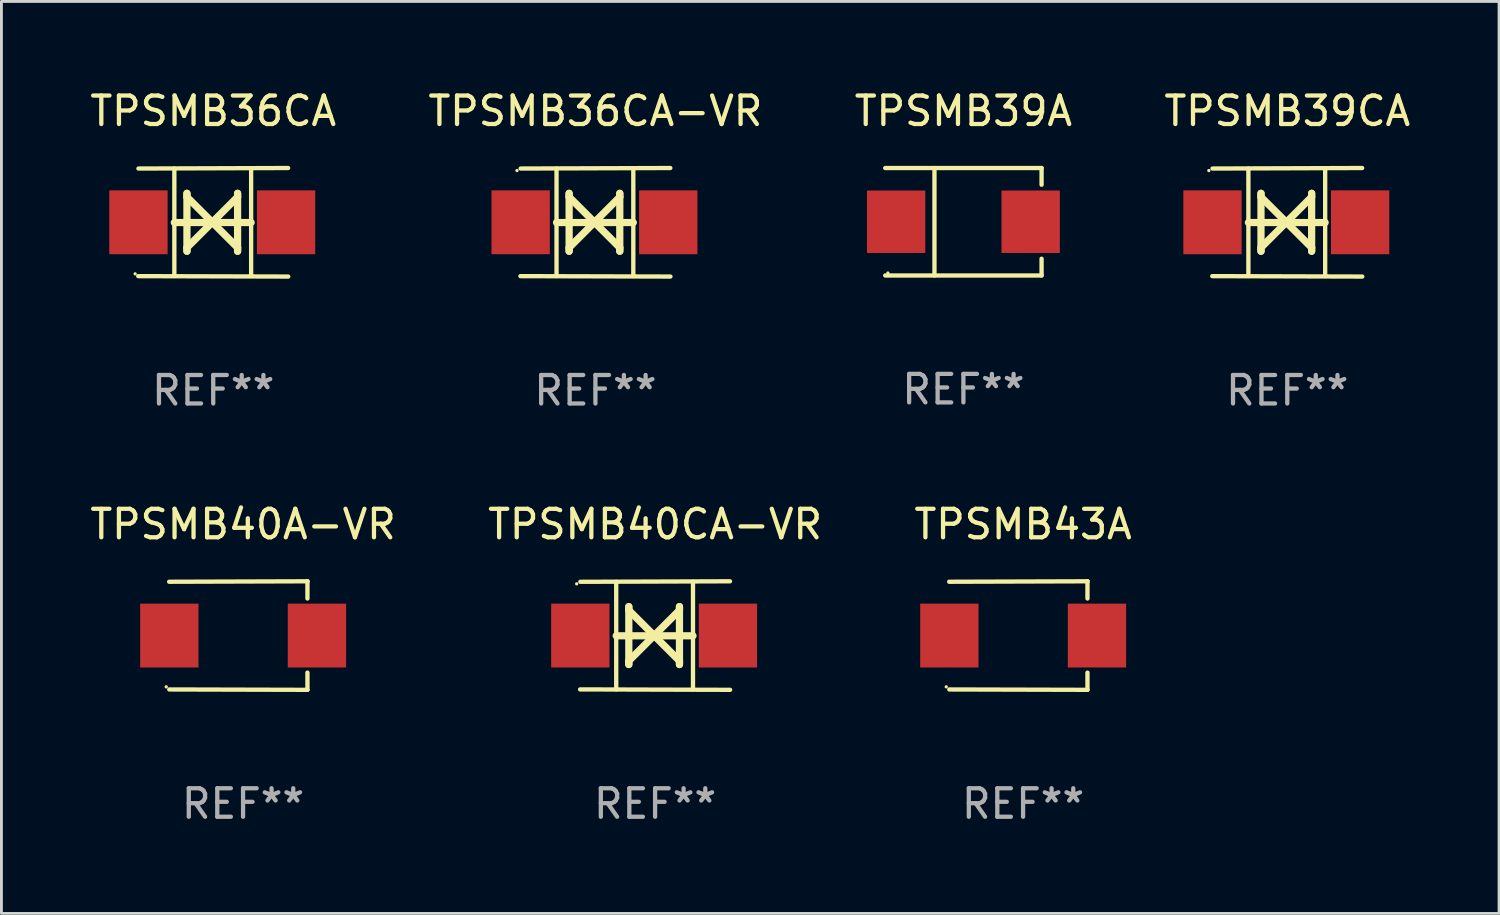
<source format=kicad_pcb>
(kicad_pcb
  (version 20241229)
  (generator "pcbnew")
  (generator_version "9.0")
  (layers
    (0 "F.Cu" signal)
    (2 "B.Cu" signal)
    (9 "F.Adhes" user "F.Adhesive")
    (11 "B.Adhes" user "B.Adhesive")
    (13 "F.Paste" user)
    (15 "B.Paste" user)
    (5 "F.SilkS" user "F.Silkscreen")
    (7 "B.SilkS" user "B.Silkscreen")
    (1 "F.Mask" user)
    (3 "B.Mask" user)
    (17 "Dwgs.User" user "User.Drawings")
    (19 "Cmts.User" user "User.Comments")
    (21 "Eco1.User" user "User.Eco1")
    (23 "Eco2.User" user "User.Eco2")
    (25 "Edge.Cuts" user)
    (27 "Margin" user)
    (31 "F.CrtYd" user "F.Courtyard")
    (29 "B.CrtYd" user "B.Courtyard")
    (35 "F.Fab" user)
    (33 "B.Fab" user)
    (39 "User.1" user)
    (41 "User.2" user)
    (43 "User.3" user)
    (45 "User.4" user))
  (footprint "TPSMB40A-VR"
    (layer "F.Cu")
    (at 5.482 19.26)
    (property "Reference" "TPSMB40A-VR" (at 0 -3.905 0) (layer "F.SilkS") (effects (font (size 1 1) (thickness 0.15))))
    (attr through_hole)
    (fp_line (start 2.256 -1.905) (end -2.594 -1.889) (stroke (width 0.152) (type solid)) (layer "F.SilkS"))
    (fp_line (start 2.256 -1.905) (end 2.26 -1.905) (stroke (width 0.152) (type solid)) (layer "F.SilkS"))
    (fp_line (start 2.26 -1.905) (end 2.26 -1.301) (stroke (width 0.152) (type solid)) (layer "F.SilkS"))
    (fp_line (start 2.26 1.301) (end 2.26 1.905) (stroke (width 0.152) (type solid)) (layer "F.SilkS"))
    (fp_line (start 2.26 1.905) (end -2.59 1.892) (stroke (width 0.152) (type solid)) (layer "F.SilkS"))
    (fp_circle (center -2.697 1.8) (end -2.667 1.8) (stroke (width 0.06) (type solid)) (fill no) (layer "F.SilkS"))
    (fp_text user "REF**" (at 0 5.905 0) (layer "F.Fab") (effects (font (size 1 1) (thickness 0.15))))
    (pad "1" smd rect (at -2.588 0) (size 2.047 2.241) (layers "F.Cu" "F.Mask" "F.Paste"))
    (pad "2" smd rect (at 2.594 0) (size 2.047 2.241) (layers "F.Cu" "F.Mask" "F.Paste")))
  (footprint "TPSMB40CA-VR"
    (layer "F.Cu")
    (at 19.946 19.26)
    (property "Reference" "TPSMB40CA-VR" (at 0 -3.905 0) (layer "F.SilkS") (effects (font (size 1 1) (thickness 0.15))))
    (attr through_hole)
    (fp_line (start -1.365 1.886) (end -1.365 -1.886) (stroke (width 0.152) (type solid)) (layer "F.SilkS"))
    (fp_line (start -1.365 0.008) (end 1.33 0.008) (stroke (width 0.254) (type solid)) (layer "F.SilkS"))
    (fp_line (start -0.923 -1.016) (end -0.923 1.016) (stroke (width 0.254) (type solid)) (layer "F.SilkS"))
    (fp_line (start -0.923 -0.889) (end -0.923 -1.016) (stroke (width 0.254) (type solid)) (layer "F.SilkS"))
    (fp_line (start -0.923 0.889) (end -0.034 0) (stroke (width 0.254) (type solid)) (layer "F.SilkS"))
    (fp_line (start -0.923 1.016) (end -0.923 0.889) (stroke (width 0.254) (type solid)) (layer "F.SilkS"))
    (fp_line (start -0.034 0) (end -0.923 -0.889) (stroke (width 0.254) (type solid)) (layer "F.SilkS"))
    (fp_line (start -0.034 0) (end 0.855 0.889) (stroke (width 0.254) (type solid)) (layer "F.SilkS"))
    (fp_line (start 0.855 -1.016) (end 0.855 -0.889) (stroke (width 0.254) (type solid)) (layer "F.SilkS"))
    (fp_line (start 0.855 -0.889) (end -0.034 0) (stroke (width 0.254) (type solid)) (layer "F.SilkS"))
    (fp_line (start 0.855 0.889) (end 0.855 1.016) (stroke (width 0.254) (type solid)) (layer "F.SilkS"))
    (fp_line (start 0.855 1.016) (end 0.855 -1.016) (stroke (width 0.254) (type solid)) (layer "F.SilkS"))
    (fp_line (start 1.33 1.886) (end 1.33 -1.886) (stroke (width 0.152) (type solid)) (layer "F.SilkS"))
    (fp_line (start 2.629 -1.905) (end -2.625 -1.887) (stroke (width 0.152) (type solid)) (layer "F.SilkS"))
    (fp_line (start 2.633 1.905) (end -2.633 1.89) (stroke (width 0.152) (type solid)) (layer "F.SilkS"))
    (fp_circle (center -2.753 -1.816) (end -2.723 -1.816) (stroke (width 0.06) (type solid)) (fill no) (layer "F.SilkS"))
    (fp_text user "REF**" (at 0 5.905 0) (layer "F.Fab") (effects (font (size 1 1) (thickness 0.15))))
    (pad "1" smd rect (at -2.625 0) (size 2.047 2.241) (layers "F.Cu" "F.Mask" "F.Paste"))
    (pad "2" smd rect (at 2.557 0) (size 2.047 2.241) (layers "F.Cu" "F.Mask" "F.Paste")))
  (footprint "TPSMB36CA-VR"
    (layer "F.Cu")
    (at 17.851 4.753)
    (property "Reference" "TPSMB36CA-VR" (at 0 -3.905 0) (layer "F.SilkS") (effects (font (size 1 1) (thickness 0.15))))
    (attr through_hole)
    (fp_line (start -1.365 1.886) (end -1.365 -1.886) (stroke (width 0.152) (type solid)) (layer "F.SilkS"))
    (fp_line (start -1.365 0.008) (end 1.33 0.008) (stroke (width 0.254) (type solid)) (layer "F.SilkS"))
    (fp_line (start -0.923 -1.016) (end -0.923 1.016) (stroke (width 0.254) (type solid)) (layer "F.SilkS"))
    (fp_line (start -0.923 -0.889) (end -0.923 -1.016) (stroke (width 0.254) (type solid)) (layer "F.SilkS"))
    (fp_line (start -0.923 0.889) (end -0.034 0) (stroke (width 0.254) (type solid)) (layer "F.SilkS"))
    (fp_line (start -0.923 1.016) (end -0.923 0.889) (stroke (width 0.254) (type solid)) (layer "F.SilkS"))
    (fp_line (start -0.034 0) (end -0.923 -0.889) (stroke (width 0.254) (type solid)) (layer "F.SilkS"))
    (fp_line (start -0.034 0) (end 0.855 0.889) (stroke (width 0.254) (type solid)) (layer "F.SilkS"))
    (fp_line (start 0.855 -1.016) (end 0.855 -0.889) (stroke (width 0.254) (type solid)) (layer "F.SilkS"))
    (fp_line (start 0.855 -0.889) (end -0.034 0) (stroke (width 0.254) (type solid)) (layer "F.SilkS"))
    (fp_line (start 0.855 0.889) (end 0.855 1.016) (stroke (width 0.254) (type solid)) (layer "F.SilkS"))
    (fp_line (start 0.855 1.016) (end 0.855 -1.016) (stroke (width 0.254) (type solid)) (layer "F.SilkS"))
    (fp_line (start 1.33 1.886) (end 1.33 -1.886) (stroke (width 0.152) (type solid)) (layer "F.SilkS"))
    (fp_line (start 2.629 -1.905) (end -2.625 -1.887) (stroke (width 0.152) (type solid)) (layer "F.SilkS"))
    (fp_line (start 2.633 1.905) (end -2.633 1.89) (stroke (width 0.152) (type solid)) (layer "F.SilkS"))
    (fp_circle (center -2.753 -1.816) (end -2.723 -1.816) (stroke (width 0.06) (type solid)) (fill no) (layer "F.SilkS"))
    (fp_text user "REF**" (at 0 5.905 0) (layer "F.Fab") (effects (font (size 1 1) (thickness 0.15))))
    (pad "1" smd rect (at -2.625 0) (size 2.047 2.241) (layers "F.Cu" "F.Mask" "F.Paste"))
    (pad "2" smd rect (at 2.557 0) (size 2.047 2.241) (layers "F.Cu" "F.Mask" "F.Paste")))
  (footprint "TPSMB39CA"
    (layer "F.Cu")
    (at 42.137 4.753)
    (property "Reference" "TPSMB39CA" (at 0 -3.905 0) (layer "F.SilkS") (effects (font (size 1 1) (thickness 0.15))))
    (attr through_hole)
    (fp_line (start -1.365 1.886) (end -1.365 -1.886) (stroke (width 0.152) (type solid)) (layer "F.SilkS"))
    (fp_line (start -1.365 0.008) (end 1.33 0.008) (stroke (width 0.254) (type solid)) (layer "F.SilkS"))
    (fp_line (start -0.923 -1.016) (end -0.923 1.016) (stroke (width 0.254) (type solid)) (layer "F.SilkS"))
    (fp_line (start -0.923 -0.889) (end -0.923 -1.016) (stroke (width 0.254) (type solid)) (layer "F.SilkS"))
    (fp_line (start -0.923 0.889) (end -0.034 0) (stroke (width 0.254) (type solid)) (layer "F.SilkS"))
    (fp_line (start -0.923 1.016) (end -0.923 0.889) (stroke (width 0.254) (type solid)) (layer "F.SilkS"))
    (fp_line (start -0.034 0) (end -0.923 -0.889) (stroke (width 0.254) (type solid)) (layer "F.SilkS"))
    (fp_line (start -0.034 0) (end 0.855 0.889) (stroke (width 0.254) (type solid)) (layer "F.SilkS"))
    (fp_line (start 0.855 -1.016) (end 0.855 -0.889) (stroke (width 0.254) (type solid)) (layer "F.SilkS"))
    (fp_line (start 0.855 -0.889) (end -0.034 0) (stroke (width 0.254) (type solid)) (layer "F.SilkS"))
    (fp_line (start 0.855 0.889) (end 0.855 1.016) (stroke (width 0.254) (type solid)) (layer "F.SilkS"))
    (fp_line (start 0.855 1.016) (end 0.855 -1.016) (stroke (width 0.254) (type solid)) (layer "F.SilkS"))
    (fp_line (start 1.33 1.886) (end 1.33 -1.886) (stroke (width 0.152) (type solid)) (layer "F.SilkS"))
    (fp_line (start 2.629 -1.905) (end -2.625 -1.887) (stroke (width 0.152) (type solid)) (layer "F.SilkS"))
    (fp_line (start 2.633 1.905) (end -2.633 1.89) (stroke (width 0.152) (type solid)) (layer "F.SilkS"))
    (fp_circle (center -2.753 -1.816) (end -2.723 -1.816) (stroke (width 0.06) (type solid)) (fill no) (layer "F.SilkS"))
    (fp_text user "REF**" (at 0 5.905 0) (layer "F.Fab") (effects (font (size 1 1) (thickness 0.15))))
    (pad "1" smd rect (at -2.625 0) (size 2.047 2.241) (layers "F.Cu" "F.Mask" "F.Paste"))
    (pad "2" smd rect (at 2.557 0) (size 2.047 2.241) (layers "F.Cu" "F.Mask" "F.Paste")))
  (footprint "TPSMB36CA"
    (layer "F.Cu")
    (at 4.435 4.753)
    (property "Reference" "TPSMB36CA" (at 0 -3.905 0) (layer "F.SilkS") (effects (font (size 1 1) (thickness 0.15))))
    (attr through_hole)
    (fp_line (start -1.365 1.886) (end -1.365 -1.886) (stroke (width 0.152) (type solid)) (layer "F.SilkS"))
    (fp_line (start -1.365 0.008) (end 1.33 0.008) (stroke (width 0.254) (type solid)) (layer "F.SilkS"))
    (fp_line (start -0.923 -1.016) (end -0.923 1.016) (stroke (width 0.254) (type solid)) (layer "F.SilkS"))
    (fp_line (start -0.923 -0.889) (end -0.923 -1.016) (stroke (width 0.254) (type solid)) (layer "F.SilkS"))
    (fp_line (start -0.923 0.889) (end -0.034 0) (stroke (width 0.254) (type solid)) (layer "F.SilkS"))
    (fp_line (start -0.923 1.016) (end -0.923 0.889) (stroke (width 0.254) (type solid)) (layer "F.SilkS"))
    (fp_line (start -0.034 0) (end -0.923 -0.889) (stroke (width 0.254) (type solid)) (layer "F.SilkS"))
    (fp_line (start -0.034 0) (end 0.855 0.889) (stroke (width 0.254) (type solid)) (layer "F.SilkS"))
    (fp_line (start 0.855 -1.016) (end 0.855 -0.889) (stroke (width 0.254) (type solid)) (layer "F.SilkS"))
    (fp_line (start 0.855 -0.889) (end -0.034 0) (stroke (width 0.254) (type solid)) (layer "F.SilkS"))
    (fp_line (start 0.855 0.889) (end 0.855 1.016) (stroke (width 0.254) (type solid)) (layer "F.SilkS"))
    (fp_line (start 0.855 1.016) (end 0.855 -1.016) (stroke (width 0.254) (type solid)) (layer "F.SilkS"))
    (fp_line (start 1.33 1.886) (end 1.33 -1.886) (stroke (width 0.152) (type solid)) (layer "F.SilkS"))
    (fp_line (start 2.629 -1.905) (end -2.625 -1.887) (stroke (width 0.152) (type solid)) (layer "F.SilkS"))
    (fp_line (start 2.633 1.905) (end -2.633 1.89) (stroke (width 0.152) (type solid)) (layer "F.SilkS"))
    (fp_circle (center -2.741 1.81) (end -2.711 1.81) (stroke (width 0.06) (type solid)) (fill no) (layer "F.SilkS"))
    (fp_text user "REF**" (at 0 5.905 0) (layer "F.Fab") (effects (font (size 1 1) (thickness 0.15))))
    (pad "1" smd rect (at -2.625 0) (size 2.047 2.241) (layers "F.Cu" "F.Mask" "F.Paste"))
    (pad "2" smd rect (at 2.557 0) (size 2.047 2.241) (layers "F.Cu" "F.Mask" "F.Paste")))
  (footprint "TPSMB43A"
    (layer "F.Cu")
    (at 32.863 19.26)
    (property "Reference" "TPSMB43A" (at 0 -3.905 0) (layer "F.SilkS") (effects (font (size 1 1) (thickness 0.15))))
    (attr through_hole)
    (fp_line (start 2.256 -1.905) (end -2.594 -1.889) (stroke (width 0.152) (type solid)) (layer "F.SilkS"))
    (fp_line (start 2.256 -1.905) (end 2.26 -1.905) (stroke (width 0.152) (type solid)) (layer "F.SilkS"))
    (fp_line (start 2.26 -1.905) (end 2.26 -1.301) (stroke (width 0.152) (type solid)) (layer "F.SilkS"))
    (fp_line (start 2.26 1.301) (end 2.26 1.905) (stroke (width 0.152) (type solid)) (layer "F.SilkS"))
    (fp_line (start 2.26 1.905) (end -2.59 1.892) (stroke (width 0.152) (type solid)) (layer "F.SilkS"))
    (fp_circle (center -2.697 1.8) (end -2.667 1.8) (stroke (width 0.06) (type solid)) (fill no) (layer "F.SilkS"))
    (fp_text user "REF**" (at 0 5.905 0) (layer "F.Fab") (effects (font (size 1 1) (thickness 0.15))))
    (pad "1" smd rect (at -2.588 0) (size 2.047 2.241) (layers "F.Cu" "F.Mask" "F.Paste"))
    (pad "2" smd rect (at 2.594 0) (size 2.047 2.241) (layers "F.Cu" "F.Mask" "F.Paste")))
  (footprint "TPSMB39A"
    (layer "F.Cu")
    (at 30.768 4.734)
    (property "Reference" "TPSMB39A" (at 0 -3.886 0) (layer "F.SilkS") (effects (font (size 1 1) (thickness 0.15))))
    (attr through_hole)
    (fp_line (start -2.744 -1.886) (end 2.744 -1.886) (stroke (width 0.152) (type solid)) (layer "F.SilkS"))
    (fp_line (start -2.744 1.886) (end 2.744 1.886) (stroke (width 0.152) (type solid)) (layer "F.SilkS"))
    (fp_line (start -1.016 -1.886) (end -1.016 1.886) (stroke (width 0.152) (type solid)) (layer "F.SilkS"))
    (fp_line (start 2.744 -1.886) (end 2.744 -1.299) (stroke (width 0.152) (type solid)) (layer "F.SilkS"))
    (fp_line (start 2.744 1.886) (end 2.744 1.299) (stroke (width 0.152) (type solid)) (layer "F.SilkS"))
    (fp_circle (center -2.65 1.8) (end -2.62 1.8) (stroke (width 0.06) (type solid)) (fill no) (layer "F.SilkS"))
    (fp_text user "REF**" (at 0 5.886 0) (layer "F.Fab") (effects (font (size 1 1) (thickness 0.15))))
    (pad "1" smd rect (at -2.361 0) (size 2.047 2.192) (layers "F.Cu" "F.Mask" "F.Paste"))
    (pad "2" smd rect (at 2.361 0) (size 2.047 2.192) (layers "F.Cu" "F.Mask" "F.Paste")))
  (gr_rect
    (start -3 -3)
    (end 49.571 29.013)
    (stroke (width 0.1) (type default))
    (fill no)
    (layer "Edge.Cuts")))
</source>
